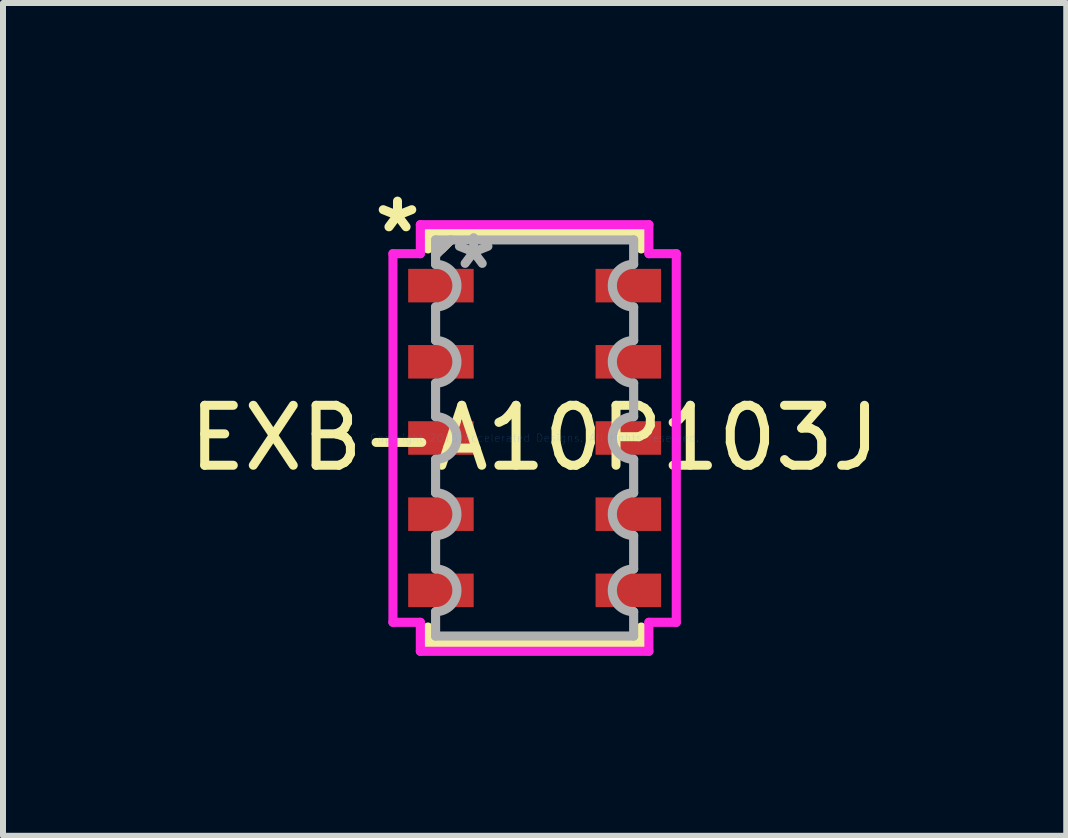
<source format=kicad_pcb>
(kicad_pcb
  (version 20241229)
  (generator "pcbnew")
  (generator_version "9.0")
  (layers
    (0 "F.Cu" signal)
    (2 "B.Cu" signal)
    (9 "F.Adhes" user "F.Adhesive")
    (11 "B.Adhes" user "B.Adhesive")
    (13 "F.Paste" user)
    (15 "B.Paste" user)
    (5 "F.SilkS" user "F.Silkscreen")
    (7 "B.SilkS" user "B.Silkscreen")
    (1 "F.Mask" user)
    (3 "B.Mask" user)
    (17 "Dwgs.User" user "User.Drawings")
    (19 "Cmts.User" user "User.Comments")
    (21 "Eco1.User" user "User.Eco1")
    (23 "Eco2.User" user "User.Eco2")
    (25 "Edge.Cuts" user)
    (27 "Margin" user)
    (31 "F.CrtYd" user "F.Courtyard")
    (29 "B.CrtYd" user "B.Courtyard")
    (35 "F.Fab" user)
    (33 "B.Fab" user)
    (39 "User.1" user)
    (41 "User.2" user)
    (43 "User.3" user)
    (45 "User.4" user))
  (footprint "EXB-A10P103J"
    (layer "F.Cu")
    (at 5.863 4.252)
    (property "Reference" "EXB-A10P103J" (at 0 0 0) (layer "F.SilkS") (effects (font (size 1 1) (thickness 0.15))))
    (attr through_hole)
    (fp_line (start -1.778 -3.429) (end 1.778 -3.429) (stroke (width 0.152) (type solid)) (layer "F.SilkS"))
    (fp_line (start -1.778 -3.152) (end -1.778 -3.429) (stroke (width 0.152) (type solid)) (layer "F.SilkS"))
    (fp_line (start -1.778 3.152) (end -1.778 3.429) (stroke (width 0.152) (type solid)) (layer "F.SilkS"))
    (fp_line (start -1.778 3.429) (end 1.778 3.429) (stroke (width 0.152) (type solid)) (layer "F.SilkS"))
    (fp_line (start -1.397 -3.302) (end -1.547 -3.152) (stroke (width 0.152) (type solid)) (layer "F.SilkS"))
    (fp_line (start 1.778 -3.152) (end 1.778 -3.429) (stroke (width 0.152) (type solid)) (layer "F.SilkS"))
    (fp_line (start 1.778 3.152) (end 1.778 3.429) (stroke (width 0.152) (type solid)) (layer "F.SilkS"))
    (fp_line (start -2.362 -3.073) (end -1.905 -3.073) (stroke (width 0.152) (type solid)) (layer "F.CrtYd"))
    (fp_line (start -2.362 3.073) (end -2.362 -3.073) (stroke (width 0.152) (type solid)) (layer "F.CrtYd"))
    (fp_line (start -1.905 -3.556) (end 1.905 -3.556) (stroke (width 0.152) (type solid)) (layer "F.CrtYd"))
    (fp_line (start -1.905 -3.073) (end -1.905 -3.556) (stroke (width 0.152) (type solid)) (layer "F.CrtYd"))
    (fp_line (start -1.905 3.073) (end -2.362 3.073) (stroke (width 0.152) (type solid)) (layer "F.CrtYd"))
    (fp_line (start -1.905 3.556) (end -1.905 3.073) (stroke (width 0.152) (type solid)) (layer "F.CrtYd"))
    (fp_line (start 1.905 -3.556) (end 1.905 -3.073) (stroke (width 0.152) (type solid)) (layer "F.CrtYd"))
    (fp_line (start 1.905 -3.073) (end 2.362 -3.073) (stroke (width 0.152) (type solid)) (layer "F.CrtYd"))
    (fp_line (start 1.905 3.073) (end 1.905 3.556) (stroke (width 0.152) (type solid)) (layer "F.CrtYd"))
    (fp_line (start 1.905 3.556) (end -1.905 3.556) (stroke (width 0.152) (type solid)) (layer "F.CrtYd"))
    (fp_line (start 2.362 -3.073) (end 2.362 3.073) (stroke (width 0.152) (type solid)) (layer "F.CrtYd"))
    (fp_line (start 2.362 3.073) (end 1.905 3.073) (stroke (width 0.152) (type solid)) (layer "F.CrtYd"))
    (fp_line (start -1.651 -3.302) (end 1.651 -3.302) (stroke (width 0.152) (type solid)) (layer "F.Fab"))
    (fp_line (start -1.651 -2.896) (end -1.651 -3.302) (stroke (width 0.152) (type solid)) (layer "F.Fab"))
    (fp_line (start -1.651 -2.184) (end -1.651 -1.626) (stroke (width 0.152) (type solid)) (layer "F.Fab"))
    (fp_line (start -1.651 -0.914) (end -1.651 -0.356) (stroke (width 0.152) (type solid)) (layer "F.Fab"))
    (fp_line (start -1.651 0.356) (end -1.651 0.914) (stroke (width 0.152) (type solid)) (layer "F.Fab"))
    (fp_line (start -1.651 1.626) (end -1.651 2.184) (stroke (width 0.152) (type solid)) (layer "F.Fab"))
    (fp_line (start -1.651 2.896) (end -1.651 3.302) (stroke (width 0.152) (type solid)) (layer "F.Fab"))
    (fp_line (start -1.651 3.302) (end 1.651 3.302) (stroke (width 0.152) (type solid)) (layer "F.Fab"))
    (fp_line (start -1.397 -3.302) (end -1.651 -3.048) (stroke (width 0.152) (type solid)) (layer "F.Fab"))
    (fp_line (start 1.651 -2.896) (end 1.651 -3.302) (stroke (width 0.152) (type solid)) (layer "F.Fab"))
    (fp_line (start 1.651 -2.184) (end 1.651 -1.626) (stroke (width 0.152) (type solid)) (layer "F.Fab"))
    (fp_line (start 1.651 -0.914) (end 1.651 -0.356) (stroke (width 0.152) (type solid)) (layer "F.Fab"))
    (fp_line (start 1.651 0.356) (end 1.651 0.914) (stroke (width 0.152) (type solid)) (layer "F.Fab"))
    (fp_line (start 1.651 1.626) (end 1.651 2.184) (stroke (width 0.152) (type solid)) (layer "F.Fab"))
    (fp_line (start 1.651 2.896) (end 1.651 3.302) (stroke (width 0.152) (type solid)) (layer "F.Fab"))
    (fp_arc (start -1.651 -2.8956) (mid -1.2954 -2.54) (end -1.651 -2.1844) (stroke (width 0.1524) (type solid)) (layer "F.Fab"))
    (fp_arc (start -1.651 -1.6256) (mid -1.2954 -1.27) (end -1.651 -0.9144) (stroke (width 0.1524) (type solid)) (layer "F.Fab"))
    (fp_arc (start -1.651 -0.3556) (mid -1.2954 0) (end -1.651 0.3556) (stroke (width 0.1524) (type solid)) (layer "F.Fab"))
    (fp_arc (start -1.651 0.9144) (mid -1.2954 1.27) (end -1.651 1.6256) (stroke (width 0.1524) (type solid)) (layer "F.Fab"))
    (fp_arc (start -1.651 2.1844) (mid -1.2954 2.54) (end -1.651 2.8956) (stroke (width 0.1524) (type solid)) (layer "F.Fab"))
    (fp_arc (start 1.651 -2.1844) (mid 1.2954 -2.54) (end 1.651 -2.8956) (stroke (width 0.1524) (type solid)) (layer "F.Fab"))
    (fp_arc (start 1.651 -0.9144) (mid 1.2954 -1.27) (end 1.651 -1.6256) (stroke (width 0.1524) (type solid)) (layer "F.Fab"))
    (fp_arc (start 1.651 0.3556) (mid 1.2954 0) (end 1.651 -0.3556) (stroke (width 0.1524) (type solid)) (layer "F.Fab"))
    (fp_arc (start 1.651 1.6256) (mid 1.2954 1.27) (end 1.651 0.9144) (stroke (width 0.1524) (type solid)) (layer "F.Fab"))
    (fp_arc (start 1.651 2.8956) (mid 1.2954 2.54) (end 1.651 2.1844) (stroke (width 0.1524) (type solid)) (layer "F.Fab"))
    (fp_text user "*" (at -2.286 -3.404 0) (layer "F.SilkS") (effects (font (size 1 1) (thickness 0.15))))
    (fp_text user "Copyright 2016 Accelerated Designs. All rights reserved." (at 0 0 0) (layer "Cmts.User") (effects (font (size 0.127 0.127) (thickness 0.002))))
    (fp_text user "*" (at -1.016 -2.794 0) (layer "F.Fab") (effects (font (size 1 1) (thickness 0.15))))
    (pad "1" smd rect (at -1.562 -2.54) (size 1.092 0.559) (layers "F.Cu" "F.Mask" "F.Paste"))
    (pad "2" smd rect (at -1.562 -1.27) (size 1.092 0.559) (layers "F.Cu" "F.Mask" "F.Paste"))
    (pad "3" smd rect (at -1.562 0) (size 1.092 0.559) (layers "F.Cu" "F.Mask" "F.Paste"))
    (pad "4" smd rect (at -1.562 1.27) (size 1.092 0.559) (layers "F.Cu" "F.Mask" "F.Paste"))
    (pad "5" smd rect (at -1.562 2.54) (size 1.092 0.559) (layers "F.Cu" "F.Mask" "F.Paste"))
    (pad "6" smd rect (at 1.562 2.54) (size 1.092 0.559) (layers "F.Cu" "F.Mask" "F.Paste"))
    (pad "7" smd rect (at 1.562 1.27) (size 1.092 0.559) (layers "F.Cu" "F.Mask" "F.Paste"))
    (pad "8" smd rect (at 1.562 0) (size 1.092 0.559) (layers "F.Cu" "F.Mask" "F.Paste"))
    (pad "9" smd rect (at 1.562 -1.27) (size 1.092 0.559) (layers "F.Cu" "F.Mask" "F.Paste"))
    (pad "10" smd rect (at 1.562 -2.54) (size 1.092 0.559) (layers "F.Cu" "F.Mask" "F.Paste")))
  (gr_rect
    (start -3 -3)
    (end 14.726 10.884)
    (stroke (width 0.1) (type default))
    (fill no)
    (layer "Edge.Cuts")))
</source>
